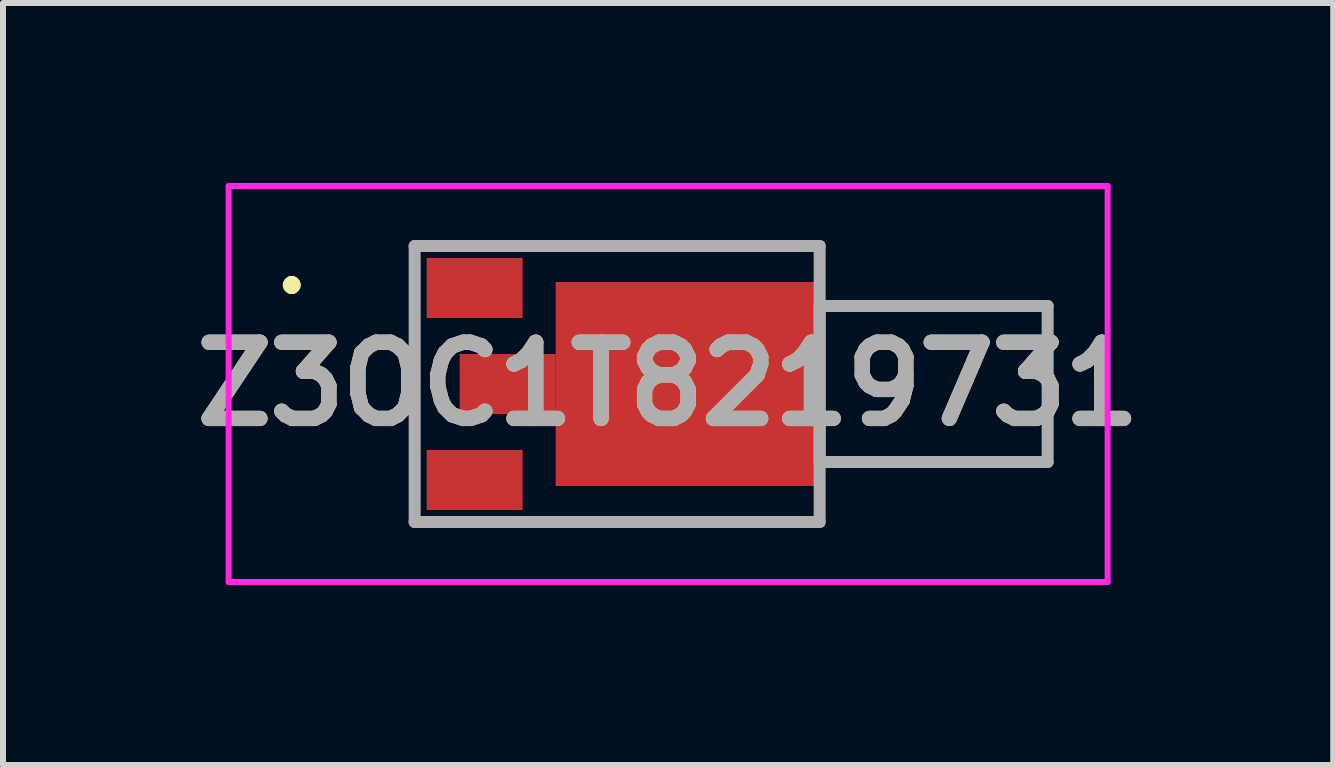
<source format=kicad_pcb>
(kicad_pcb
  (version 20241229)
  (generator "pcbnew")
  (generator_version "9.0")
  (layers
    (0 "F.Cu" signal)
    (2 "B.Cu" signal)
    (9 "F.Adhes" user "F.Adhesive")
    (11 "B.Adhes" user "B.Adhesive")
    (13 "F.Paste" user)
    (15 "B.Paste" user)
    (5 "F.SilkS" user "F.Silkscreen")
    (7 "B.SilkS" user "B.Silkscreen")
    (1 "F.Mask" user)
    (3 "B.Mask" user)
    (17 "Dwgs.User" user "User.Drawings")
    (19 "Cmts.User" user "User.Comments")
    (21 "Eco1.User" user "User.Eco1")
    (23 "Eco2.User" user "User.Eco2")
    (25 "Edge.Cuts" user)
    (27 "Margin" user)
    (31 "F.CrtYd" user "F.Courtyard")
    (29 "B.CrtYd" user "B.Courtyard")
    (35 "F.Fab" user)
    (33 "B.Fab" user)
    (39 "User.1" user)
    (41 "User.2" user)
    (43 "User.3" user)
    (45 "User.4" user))
  (footprint "Z3OC1T8219731"
    (layer "F.Cu")
    (at 4.061 3.35)
    (property "Reference" "Z3OC1T8219731" (at 4.025 0 0) (layer "F.SilkS") (effects (font (size 1.27 1.27) (thickness 0.254))))
    (attr smd)
    (fp_line (start -2.25 -1.7) (end -2.25 -1.7) (stroke (width 0.2) (type solid)) (layer "F.SilkS"))
    (fp_line (start -2.25 -1.6) (end -2.25 -1.6) (stroke (width 0.2) (type solid)) (layer "F.SilkS"))
    (fp_line (start -2.25 -1.6) (end -2.25 -1.6) (stroke (width 0.2) (type solid)) (layer "F.SilkS"))
    (fp_line (start 2.3 -2.3) (end 2.3 -2.3) (stroke (width 0.1) (type solid)) (layer "F.SilkS"))
    (fp_line (start 2.3 -2.3) (end 6.55 -2.3) (stroke (width 0.1) (type solid)) (layer "F.SilkS"))
    (fp_line (start 2.3 2.3) (end 2.3 2.3) (stroke (width 0.1) (type solid)) (layer "F.SilkS"))
    (fp_line (start 2.3 2.3) (end 6.55 2.3) (stroke (width 0.1) (type solid)) (layer "F.SilkS"))
    (fp_line (start 6.55 -2.3) (end 2.3 -2.3) (stroke (width 0.1) (type solid)) (layer "F.SilkS"))
    (fp_line (start 6.55 -2.3) (end 6.55 -2.3) (stroke (width 0.1) (type solid)) (layer "F.SilkS"))
    (fp_line (start 6.55 2.3) (end 2.3 2.3) (stroke (width 0.1) (type solid)) (layer "F.SilkS"))
    (fp_line (start 6.55 2.3) (end 6.55 2.3) (stroke (width 0.1) (type solid)) (layer "F.SilkS"))
    (fp_line (start 7.3 -1.3) (end 7.3 -1.3) (stroke (width 0.1) (type solid)) (layer "F.SilkS"))
    (fp_line (start 7.3 -1.3) (end 10.3 -1.3) (stroke (width 0.1) (type solid)) (layer "F.SilkS"))
    (fp_line (start 7.3 1.3) (end 7.3 1.3) (stroke (width 0.1) (type solid)) (layer "F.SilkS"))
    (fp_line (start 7.3 1.3) (end 10.35 1.3) (stroke (width 0.1) (type solid)) (layer "F.SilkS"))
    (fp_line (start 10.3 -1.3) (end 7.3 -1.3) (stroke (width 0.1) (type solid)) (layer "F.SilkS"))
    (fp_line (start 10.3 -1.3) (end 10.3 -1.3) (stroke (width 0.1) (type solid)) (layer "F.SilkS"))
    (fp_line (start 10.3 -1.3) (end 10.3 -1.3) (stroke (width 0.1) (type solid)) (layer "F.SilkS"))
    (fp_line (start 10.3 -1.3) (end 10.35 -1.3) (stroke (width 0.1) (type solid)) (layer "F.SilkS"))
    (fp_line (start 10.35 -1.3) (end 10.3 -1.3) (stroke (width 0.1) (type solid)) (layer "F.SilkS"))
    (fp_line (start 10.35 -1.3) (end 10.35 -1.3) (stroke (width 0.1) (type solid)) (layer "F.SilkS"))
    (fp_line (start 10.35 -1.3) (end 10.35 -1.3) (stroke (width 0.1) (type solid)) (layer "F.SilkS"))
    (fp_line (start 10.35 -1.3) (end 10.35 1.3) (stroke (width 0.1) (type solid)) (layer "F.SilkS"))
    (fp_line (start 10.35 1.3) (end 7.3 1.3) (stroke (width 0.1) (type solid)) (layer "F.SilkS"))
    (fp_line (start 10.35 1.3) (end 10.35 -1.3) (stroke (width 0.1) (type solid)) (layer "F.SilkS"))
    (fp_line (start 10.35 1.3) (end 10.35 1.3) (stroke (width 0.1) (type solid)) (layer "F.SilkS"))
    (fp_line (start 10.35 1.3) (end 10.35 1.3) (stroke (width 0.1) (type solid)) (layer "F.SilkS"))
    (fp_arc (start -2.25 -1.7) (mid -2.2 -1.65) (end -2.25 -1.6) (stroke (width 0.2) (type solid)) (layer "F.SilkS"))
    (fp_arc (start -2.25 -1.7) (mid -2.2 -1.65) (end -2.25 -1.6) (stroke (width 0.2) (type solid)) (layer "F.SilkS"))
    (fp_arc (start -2.25 -1.6) (mid -2.3 -1.65) (end -2.25 -1.7) (stroke (width 0.2) (type solid)) (layer "F.SilkS"))
    (fp_line (start -3.3 -3.3) (end 11.35 -3.3) (stroke (width 0.1) (type solid)) (layer "F.CrtYd"))
    (fp_line (start -3.3 3.3) (end -3.3 -3.3) (stroke (width 0.1) (type solid)) (layer "F.CrtYd"))
    (fp_line (start 11.35 -3.3) (end 11.35 3.3) (stroke (width 0.1) (type solid)) (layer "F.CrtYd"))
    (fp_line (start 11.35 3.3) (end -3.3 3.3) (stroke (width 0.1) (type solid)) (layer "F.CrtYd"))
    (fp_line (start -0.2 -2.3) (end -0.2 2.3) (stroke (width 0.2) (type solid)) (layer "F.Fab"))
    (fp_line (start -0.2 2.3) (end 6.55 2.3) (stroke (width 0.2) (type solid)) (layer "F.Fab"))
    (fp_line (start 6.55 -2.3) (end -0.2 -2.3) (stroke (width 0.2) (type solid)) (layer "F.Fab"))
    (fp_line (start 6.55 -1.3) (end 10.35 -1.3) (stroke (width 0.2) (type solid)) (layer "F.Fab"))
    (fp_line (start 6.55 1.3) (end 6.55 -1.3) (stroke (width 0.2) (type solid)) (layer "F.Fab"))
    (fp_line (start 6.55 2.3) (end 6.55 -2.3) (stroke (width 0.2) (type solid)) (layer "F.Fab"))
    (fp_line (start 10.35 -1.3) (end 10.35 1.3) (stroke (width 0.2) (type solid)) (layer "F.Fab"))
    (fp_line (start 10.35 1.3) (end 6.55 1.3) (stroke (width 0.2) (type solid)) (layer "F.Fab"))
    (fp_text user "${REFERENCE}" (at 4.025 0 0) (layer "F.Fab") (effects (font (size 1.27 1.27) (thickness 0.254))))
    (pad "1" smd rect (at 0.8 -1.6 90) (size 1 1.6) (layers "F.Cu" "F.Mask" "F.Paste"))
    (pad "2" smd rect (at 1.35 0 90) (size 1 1.6) (layers "F.Cu" "F.Mask" "F.Paste"))
    (pad "3" smd rect (at 0.8 1.6 90) (size 1 1.6) (layers "F.Cu" "F.Mask" "F.Paste"))
    (pad "4" smd rect (at 4.35 0 90) (size 3.4 4.4) (layers "F.Cu" "F.Mask" "F.Paste")))
  (gr_rect
    (start -3 -3)
    (end 19.171 9.7)
    (stroke (width 0.1) (type default))
    (fill no)
    (layer "Edge.Cuts")))
</source>
